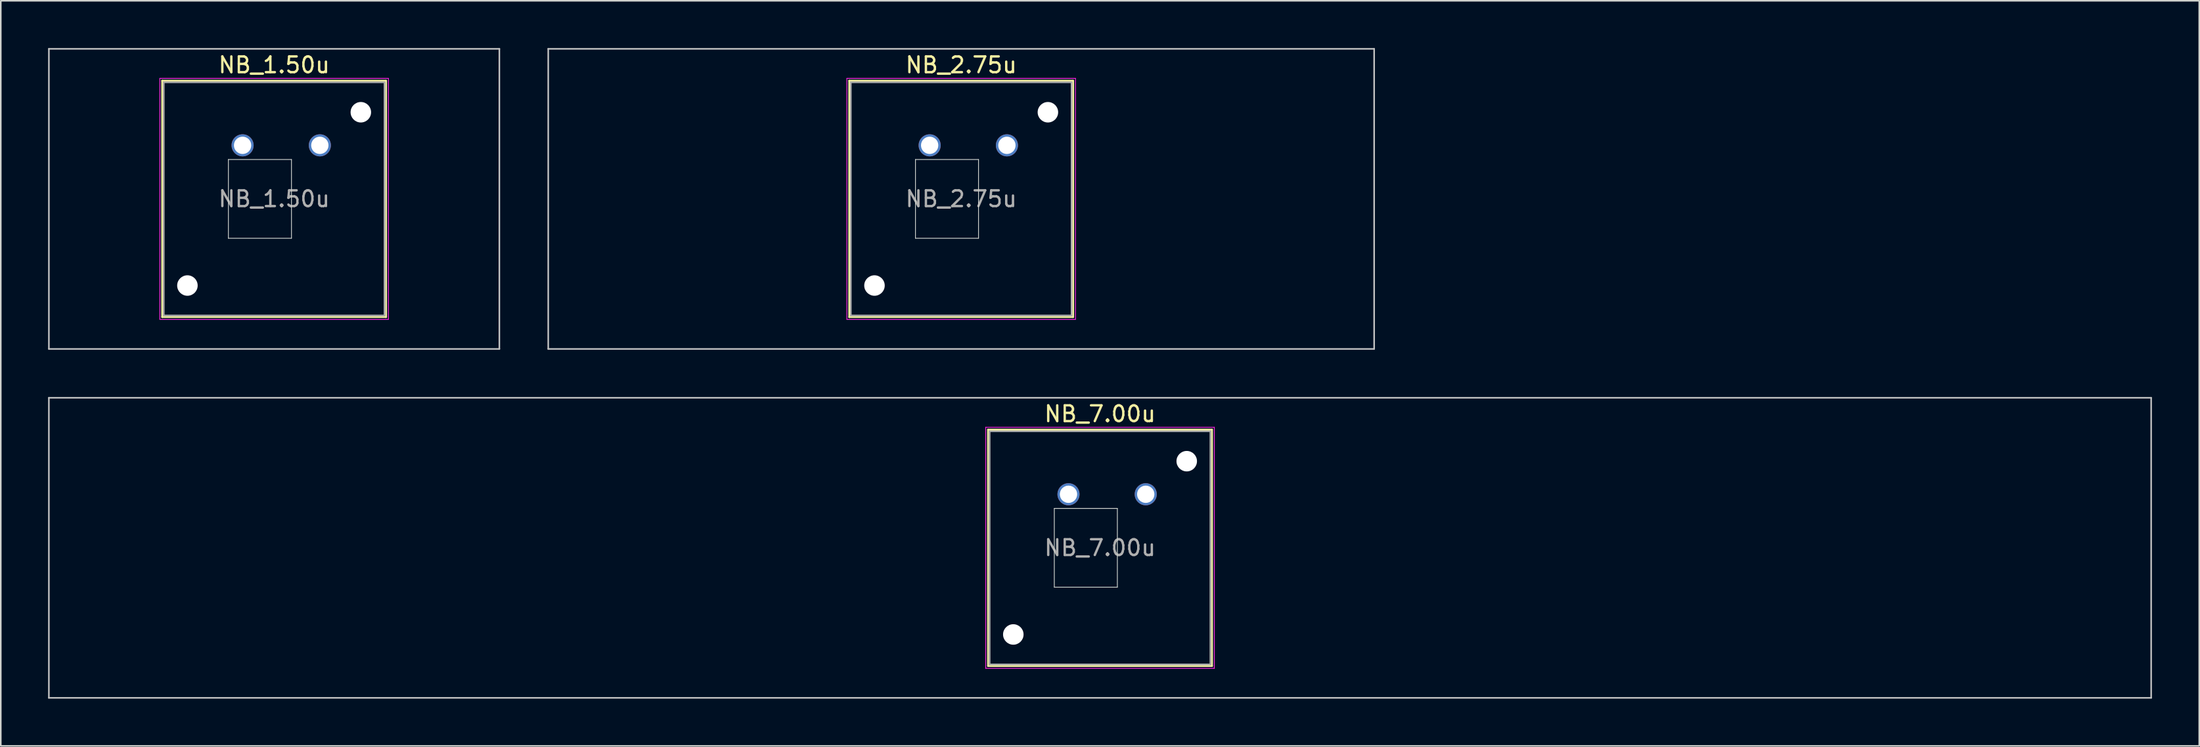
<source format=kicad_pcb>
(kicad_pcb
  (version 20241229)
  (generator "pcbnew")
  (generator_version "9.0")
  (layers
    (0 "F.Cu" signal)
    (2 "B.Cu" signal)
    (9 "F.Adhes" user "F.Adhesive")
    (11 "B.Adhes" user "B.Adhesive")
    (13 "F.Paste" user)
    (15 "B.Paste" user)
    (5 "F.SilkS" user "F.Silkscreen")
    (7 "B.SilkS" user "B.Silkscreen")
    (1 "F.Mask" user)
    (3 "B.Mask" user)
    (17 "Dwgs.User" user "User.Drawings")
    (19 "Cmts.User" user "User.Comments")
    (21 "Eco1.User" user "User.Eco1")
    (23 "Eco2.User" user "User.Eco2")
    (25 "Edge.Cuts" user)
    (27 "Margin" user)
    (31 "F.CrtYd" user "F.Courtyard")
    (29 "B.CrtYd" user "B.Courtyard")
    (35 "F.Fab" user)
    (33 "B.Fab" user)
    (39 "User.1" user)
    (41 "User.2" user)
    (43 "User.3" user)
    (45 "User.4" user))
  (footprint "NB_7.00u"
    (layer "F.Cu")
    (at 66.725 31.725)
    (property "Reference" "NB_7.00u" (at 0 -8.5 0) (layer "F.SilkS") (effects (font (size 1 1) (thickness 0.15))))
    (attr through_hole)
    (fp_line (start -7.1 -7.5) (end -7.1 7.5) (stroke (width 0.12) (type solid)) (layer "F.SilkS"))
    (fp_line (start -7.1 7.5) (end 7.1 7.5) (stroke (width 0.12) (type solid)) (layer "F.SilkS"))
    (fp_line (start 7.1 -7.5) (end -7.1 -7.5) (stroke (width 0.12) (type solid)) (layer "F.SilkS"))
    (fp_line (start 7.1 7.5) (end 7.1 -7.5) (stroke (width 0.12) (type solid)) (layer "F.SilkS"))
    (fp_line (start -66.675 -9.525) (end -66.675 9.525) (stroke (width 0.1) (type solid)) (layer "Dwgs.User"))
    (fp_line (start -66.675 9.525) (end 66.675 9.525) (stroke (width 0.1) (type solid)) (layer "Dwgs.User"))
    (fp_line (start 66.675 -9.525) (end -66.675 -9.525) (stroke (width 0.1) (type solid)) (layer "Dwgs.User"))
    (fp_line (start 66.675 9.525) (end 66.675 -9.525) (stroke (width 0.1) (type solid)) (layer "Dwgs.User"))
    (fp_line (start -8 -8) (end -8 8) (stroke (width 0.1) (type solid)) (layer "Eco1.User"))
    (fp_line (start -8 8) (end 8 8) (stroke (width 0.1) (type solid)) (layer "Eco1.User"))
    (fp_line (start 8 -8) (end -8 -8) (stroke (width 0.1) (type solid)) (layer "Eco1.User"))
    (fp_line (start 8 8) (end 8 -8) (stroke (width 0.1) (type solid)) (layer "Eco1.User"))
    (fp_line (start -2.9 -2.5) (end 1.1 -2.5) (stroke (width 0.05) (type solid)) (layer "Edge.Cuts"))
    (fp_line (start -2.9 2.5) (end -2.9 -2.5) (stroke (width 0.05) (type solid)) (layer "Edge.Cuts"))
    (fp_line (start 1.1 -2.5) (end 1.1 2.5) (stroke (width 0.05) (type solid)) (layer "Edge.Cuts"))
    (fp_line (start 1.1 2.5) (end -2.9 2.5) (stroke (width 0.05) (type solid)) (layer "Edge.Cuts"))
    (fp_line (start -7.25 -7.65) (end -7.25 7.65) (stroke (width 0.05) (type solid)) (layer "F.CrtYd"))
    (fp_line (start -7.25 7.65) (end 7.25 7.65) (stroke (width 0.05) (type solid)) (layer "F.CrtYd"))
    (fp_line (start 7.25 -7.65) (end -7.25 -7.65) (stroke (width 0.05) (type solid)) (layer "F.CrtYd"))
    (fp_line (start 7.25 7.65) (end 7.25 -7.65) (stroke (width 0.05) (type solid)) (layer "F.CrtYd"))
    (fp_line (start -7 -7.4) (end -7 7.4) (stroke (width 0.1) (type solid)) (layer "F.Fab"))
    (fp_line (start -7 7.4) (end 7 7.4) (stroke (width 0.1) (type solid)) (layer "F.Fab"))
    (fp_line (start 7 -7.4) (end -7 -7.4) (stroke (width 0.1) (type solid)) (layer "F.Fab"))
    (fp_line (start 7 7.4) (end 7 -7.4) (stroke (width 0.1) (type solid)) (layer "F.Fab"))
    (fp_text user "${REFERENCE}" (at 0 0 0) (layer "F.Fab") (effects (font (size 1 1) (thickness 0.15))))
    (pad "" np_thru_hole circle (at -5.5 5.5) (size 1.3 1.3) (drill 1.3) (layers "*.Cu" "*.Mask"))
    (pad "" np_thru_hole circle (at 5.5 -5.5) (size 1.3 1.3) (drill 1.3) (layers "*.Cu" "*.Mask"))
    (pad "1" thru_hole circle (at -2 -3.4) (size 1.4 1.4) (drill 1.1) (layers "*.Cu" "*.Mask"))
    (pad "2" thru_hole circle (at 2.9 -3.4) (size 1.4 1.4) (drill 1.1) (layers "*.Cu" "*.Mask")))
  (footprint "NB_1.50u"
    (layer "F.Cu")
    (at 14.338 9.575)
    (property "Reference" "NB_1.50u" (at 0 -8.5 0) (layer "F.SilkS") (effects (font (size 1 1) (thickness 0.15))))
    (attr through_hole)
    (fp_line (start -7.1 -7.5) (end -7.1 7.5) (stroke (width 0.12) (type solid)) (layer "F.SilkS"))
    (fp_line (start -7.1 7.5) (end 7.1 7.5) (stroke (width 0.12) (type solid)) (layer "F.SilkS"))
    (fp_line (start 7.1 -7.5) (end -7.1 -7.5) (stroke (width 0.12) (type solid)) (layer "F.SilkS"))
    (fp_line (start 7.1 7.5) (end 7.1 -7.5) (stroke (width 0.12) (type solid)) (layer "F.SilkS"))
    (fp_line (start -14.287 -9.525) (end -14.287 9.525) (stroke (width 0.1) (type solid)) (layer "Dwgs.User"))
    (fp_line (start -14.287 9.525) (end 14.287 9.525) (stroke (width 0.1) (type solid)) (layer "Dwgs.User"))
    (fp_line (start 14.287 -9.525) (end -14.287 -9.525) (stroke (width 0.1) (type solid)) (layer "Dwgs.User"))
    (fp_line (start 14.287 9.525) (end 14.287 -9.525) (stroke (width 0.1) (type solid)) (layer "Dwgs.User"))
    (fp_line (start -8 -8) (end -8 8) (stroke (width 0.1) (type solid)) (layer "Eco1.User"))
    (fp_line (start -8 8) (end 8 8) (stroke (width 0.1) (type solid)) (layer "Eco1.User"))
    (fp_line (start 8 -8) (end -8 -8) (stroke (width 0.1) (type solid)) (layer "Eco1.User"))
    (fp_line (start 8 8) (end 8 -8) (stroke (width 0.1) (type solid)) (layer "Eco1.User"))
    (fp_line (start -2.9 -2.5) (end 1.1 -2.5) (stroke (width 0.05) (type solid)) (layer "Edge.Cuts"))
    (fp_line (start -2.9 2.5) (end -2.9 -2.5) (stroke (width 0.05) (type solid)) (layer "Edge.Cuts"))
    (fp_line (start 1.1 -2.5) (end 1.1 2.5) (stroke (width 0.05) (type solid)) (layer "Edge.Cuts"))
    (fp_line (start 1.1 2.5) (end -2.9 2.5) (stroke (width 0.05) (type solid)) (layer "Edge.Cuts"))
    (fp_line (start -7.25 -7.65) (end -7.25 7.65) (stroke (width 0.05) (type solid)) (layer "F.CrtYd"))
    (fp_line (start -7.25 7.65) (end 7.25 7.65) (stroke (width 0.05) (type solid)) (layer "F.CrtYd"))
    (fp_line (start 7.25 -7.65) (end -7.25 -7.65) (stroke (width 0.05) (type solid)) (layer "F.CrtYd"))
    (fp_line (start 7.25 7.65) (end 7.25 -7.65) (stroke (width 0.05) (type solid)) (layer "F.CrtYd"))
    (fp_line (start -7 -7.4) (end -7 7.4) (stroke (width 0.1) (type solid)) (layer "F.Fab"))
    (fp_line (start -7 7.4) (end 7 7.4) (stroke (width 0.1) (type solid)) (layer "F.Fab"))
    (fp_line (start 7 -7.4) (end -7 -7.4) (stroke (width 0.1) (type solid)) (layer "F.Fab"))
    (fp_line (start 7 7.4) (end 7 -7.4) (stroke (width 0.1) (type solid)) (layer "F.Fab"))
    (fp_text user "${REFERENCE}" (at 0 0 0) (layer "F.Fab") (effects (font (size 1 1) (thickness 0.15))))
    (pad "" np_thru_hole circle (at -5.5 5.5) (size 1.3 1.3) (drill 1.3) (layers "*.Cu" "*.Mask"))
    (pad "" np_thru_hole circle (at 5.5 -5.5) (size 1.3 1.3) (drill 1.3) (layers "*.Cu" "*.Mask"))
    (pad "1" thru_hole circle (at -2 -3.4) (size 1.4 1.4) (drill 1.1) (layers "*.Cu" "*.Mask"))
    (pad "2" thru_hole circle (at 2.9 -3.4) (size 1.4 1.4) (drill 1.1) (layers "*.Cu" "*.Mask")))
  (footprint "NB_2.75u"
    (layer "F.Cu")
    (at 57.919 9.575)
    (property "Reference" "NB_2.75u" (at 0 -8.5 0) (layer "F.SilkS") (effects (font (size 1 1) (thickness 0.15))))
    (attr through_hole)
    (fp_line (start -7.1 -7.5) (end -7.1 7.5) (stroke (width 0.12) (type solid)) (layer "F.SilkS"))
    (fp_line (start -7.1 7.5) (end 7.1 7.5) (stroke (width 0.12) (type solid)) (layer "F.SilkS"))
    (fp_line (start 7.1 -7.5) (end -7.1 -7.5) (stroke (width 0.12) (type solid)) (layer "F.SilkS"))
    (fp_line (start 7.1 7.5) (end 7.1 -7.5) (stroke (width 0.12) (type solid)) (layer "F.SilkS"))
    (fp_line (start -26.194 -9.525) (end -26.194 9.525) (stroke (width 0.1) (type solid)) (layer "Dwgs.User"))
    (fp_line (start -26.194 9.525) (end 26.194 9.525) (stroke (width 0.1) (type solid)) (layer "Dwgs.User"))
    (fp_line (start 26.194 -9.525) (end -26.194 -9.525) (stroke (width 0.1) (type solid)) (layer "Dwgs.User"))
    (fp_line (start 26.194 9.525) (end 26.194 -9.525) (stroke (width 0.1) (type solid)) (layer "Dwgs.User"))
    (fp_line (start -8 -8) (end -8 8) (stroke (width 0.1) (type solid)) (layer "Eco1.User"))
    (fp_line (start -8 8) (end 8 8) (stroke (width 0.1) (type solid)) (layer "Eco1.User"))
    (fp_line (start 8 -8) (end -8 -8) (stroke (width 0.1) (type solid)) (layer "Eco1.User"))
    (fp_line (start 8 8) (end 8 -8) (stroke (width 0.1) (type solid)) (layer "Eco1.User"))
    (fp_line (start -2.9 -2.5) (end 1.1 -2.5) (stroke (width 0.05) (type solid)) (layer "Edge.Cuts"))
    (fp_line (start -2.9 2.5) (end -2.9 -2.5) (stroke (width 0.05) (type solid)) (layer "Edge.Cuts"))
    (fp_line (start 1.1 -2.5) (end 1.1 2.5) (stroke (width 0.05) (type solid)) (layer "Edge.Cuts"))
    (fp_line (start 1.1 2.5) (end -2.9 2.5) (stroke (width 0.05) (type solid)) (layer "Edge.Cuts"))
    (fp_line (start -7.25 -7.65) (end -7.25 7.65) (stroke (width 0.05) (type solid)) (layer "F.CrtYd"))
    (fp_line (start -7.25 7.65) (end 7.25 7.65) (stroke (width 0.05) (type solid)) (layer "F.CrtYd"))
    (fp_line (start 7.25 -7.65) (end -7.25 -7.65) (stroke (width 0.05) (type solid)) (layer "F.CrtYd"))
    (fp_line (start 7.25 7.65) (end 7.25 -7.65) (stroke (width 0.05) (type solid)) (layer "F.CrtYd"))
    (fp_line (start -7 -7.4) (end -7 7.4) (stroke (width 0.1) (type solid)) (layer "F.Fab"))
    (fp_line (start -7 7.4) (end 7 7.4) (stroke (width 0.1) (type solid)) (layer "F.Fab"))
    (fp_line (start 7 -7.4) (end -7 -7.4) (stroke (width 0.1) (type solid)) (layer "F.Fab"))
    (fp_line (start 7 7.4) (end 7 -7.4) (stroke (width 0.1) (type solid)) (layer "F.Fab"))
    (fp_text user "${REFERENCE}" (at 0 0 0) (layer "F.Fab") (effects (font (size 1 1) (thickness 0.15))))
    (pad "" np_thru_hole circle (at -5.5 5.5) (size 1.3 1.3) (drill 1.3) (layers "*.Cu" "*.Mask"))
    (pad "" np_thru_hole circle (at 5.5 -5.5) (size 1.3 1.3) (drill 1.3) (layers "*.Cu" "*.Mask"))
    (pad "1" thru_hole circle (at -2 -3.4) (size 1.4 1.4) (drill 1.1) (layers "*.Cu" "*.Mask"))
    (pad "2" thru_hole circle (at 2.9 -3.4) (size 1.4 1.4) (drill 1.1) (layers "*.Cu" "*.Mask")))
  (gr_rect
    (start -3 -3)
    (end 136.45 44.3)
    (stroke (width 0.1) (type default))
    (fill no)
    (layer "Edge.Cuts")))
</source>
